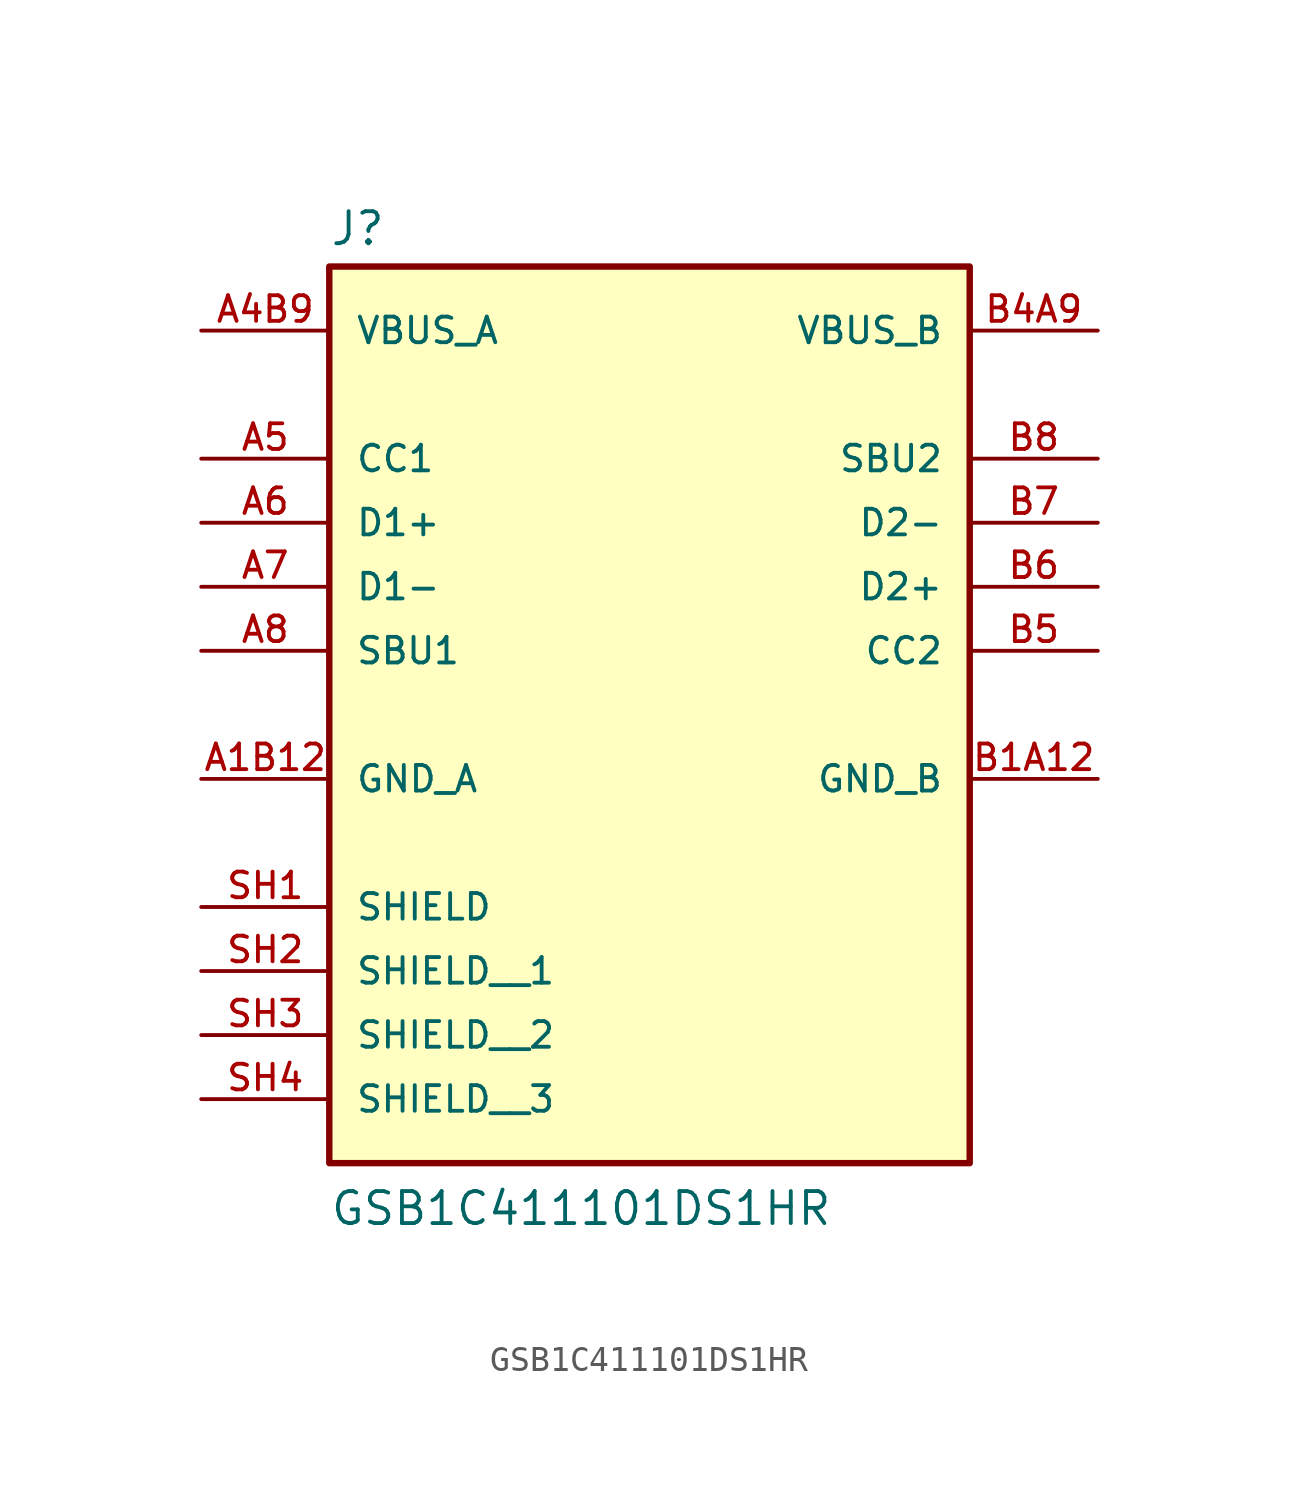
<source format=kicad_sym>
(kicad_symbol_lib
  (version 20211014)
  (generator kicad_symbol_editor)
  (symbol "GSB1C411101DS1HR"
    (pin_names
      (offset 1.016))
    (property "Reference" "J"
      (at -12.7 13.462 0)
      (effects (font (size 1.27 1.27)) (justify bottom left)))
    (property "Value" "GSB1C411101DS1HR"
      (at -12.7 -25.4 0)
      (effects (font (size 1.27 1.27)) (justify bottom left)))
    (symbol "GSB1C411101DS1HR_0_0"
      (rectangle (start -12.7 -22.86) (end 12.7 12.7) (stroke (width 0.254)) (fill (type background)))
      (pin power_in line (at -17.78 -7.62 0) (length 5.08) (name "GND_A" (effects (font (size 1.016 1.016)))) (number "A1B12" (effects (font (size 1.016 1.016)))))
      (pin power_in line (at -17.78 10.16 0) (length 5.08) (name "VBUS_A" (effects (font (size 1.016 1.016)))) (number "A4B9" (effects (font (size 1.016 1.016)))))
      (pin bidirectional line (at -17.78 2.54 0) (length 5.08) (name "D1+" (effects (font (size 1.016 1.016)))) (number "A6" (effects (font (size 1.016 1.016)))))
      (pin bidirectional line (at -17.78 5.08 0) (length 5.08) (name "CC1" (effects (font (size 1.016 1.016)))) (number "A5" (effects (font (size 1.016 1.016)))))
      (pin bidirectional line (at -17.78 -2.54 0) (length 5.08) (name "SBU1" (effects (font (size 1.016 1.016)))) (number "A8" (effects (font (size 1.016 1.016)))))
      (pin bidirectional line (at -17.78 0.0 0) (length 5.08) (name "D1-" (effects (font (size 1.016 1.016)))) (number "A7" (effects (font (size 1.016 1.016)))))
      (pin passive line (at -17.78 -12.7 0) (length 5.08) (name "SHIELD" (effects (font (size 1.016 1.016)))) (number "SH1" (effects (font (size 1.016 1.016)))))
      (pin power_in line (at 17.78 -7.62 180.0) (length 5.08) (name "GND_B" (effects (font (size 1.016 1.016)))) (number "B1A12" (effects (font (size 1.016 1.016)))))
      (pin power_in line (at 17.78 10.16 180.0) (length 5.08) (name "VBUS_B" (effects (font (size 1.016 1.016)))) (number "B4A9" (effects (font (size 1.016 1.016)))))
      (pin bidirectional line (at 17.78 0.0 180.0) (length 5.08) (name "D2+" (effects (font (size 1.016 1.016)))) (number "B6" (effects (font (size 1.016 1.016)))))
      (pin bidirectional line (at 17.78 -2.54 180.0) (length 5.08) (name "CC2" (effects (font (size 1.016 1.016)))) (number "B5" (effects (font (size 1.016 1.016)))))
      (pin bidirectional line (at 17.78 5.08 180.0) (length 5.08) (name "SBU2" (effects (font (size 1.016 1.016)))) (number "B8" (effects (font (size 1.016 1.016)))))
      (pin bidirectional line (at 17.78 2.54 180.0) (length 5.08) (name "D2-" (effects (font (size 1.016 1.016)))) (number "B7" (effects (font (size 1.016 1.016)))))
      (pin passive line (at -17.78 -15.24 0) (length 5.08) (name "SHIELD__1" (effects (font (size 1.016 1.016)))) (number "SH2" (effects (font (size 1.016 1.016)))))
      (pin passive line (at -17.78 -17.78 0) (length 5.08) (name "SHIELD__2" (effects (font (size 1.016 1.016)))) (number "SH3" (effects (font (size 1.016 1.016)))))
      (pin passive line (at -17.78 -20.32 0) (length 5.08) (name "SHIELD__3" (effects (font (size 1.016 1.016)))) (number "SH4" (effects (font (size 1.016 1.016))))))))
</source>
